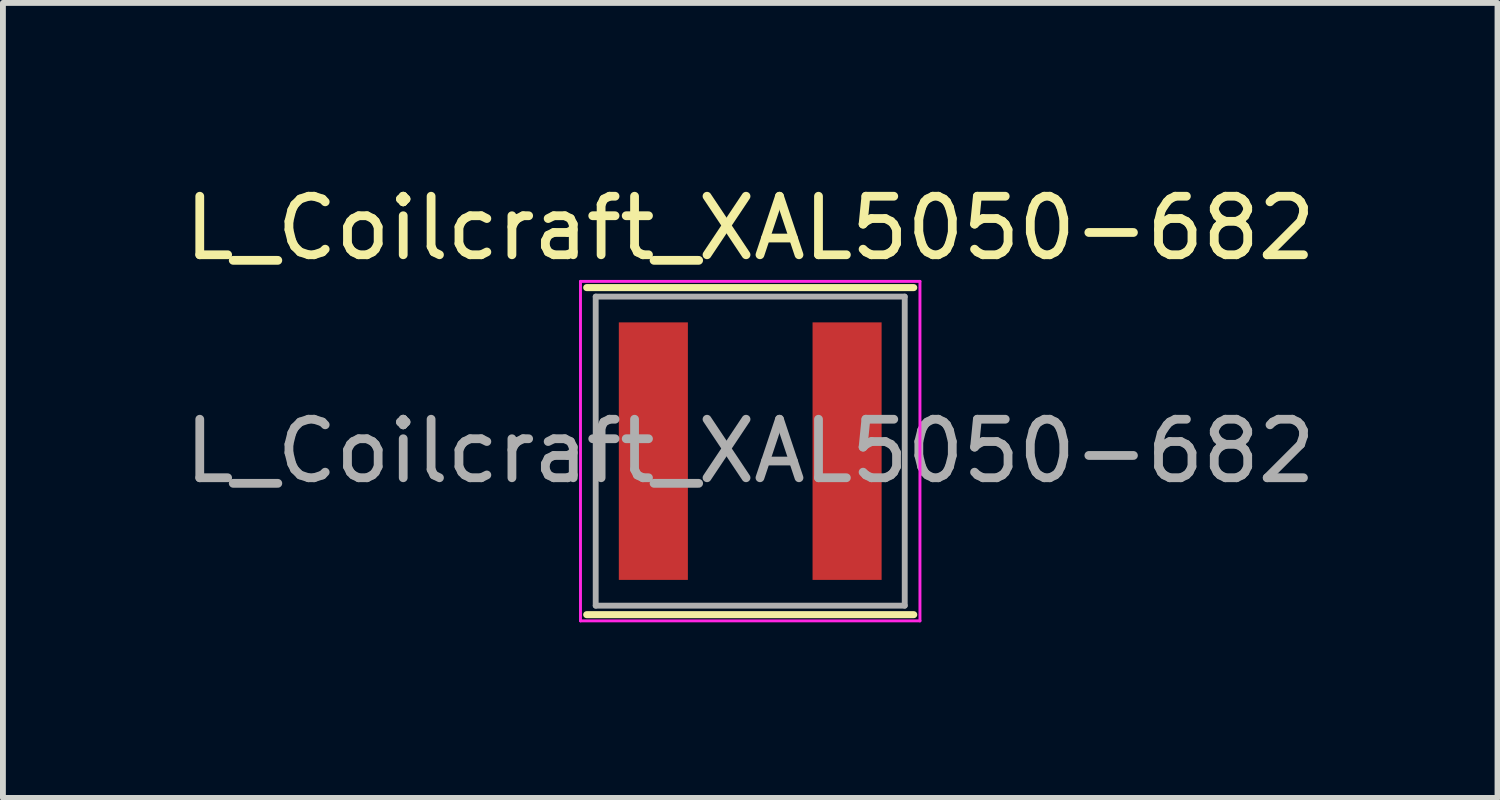
<source format=kicad_pcb>
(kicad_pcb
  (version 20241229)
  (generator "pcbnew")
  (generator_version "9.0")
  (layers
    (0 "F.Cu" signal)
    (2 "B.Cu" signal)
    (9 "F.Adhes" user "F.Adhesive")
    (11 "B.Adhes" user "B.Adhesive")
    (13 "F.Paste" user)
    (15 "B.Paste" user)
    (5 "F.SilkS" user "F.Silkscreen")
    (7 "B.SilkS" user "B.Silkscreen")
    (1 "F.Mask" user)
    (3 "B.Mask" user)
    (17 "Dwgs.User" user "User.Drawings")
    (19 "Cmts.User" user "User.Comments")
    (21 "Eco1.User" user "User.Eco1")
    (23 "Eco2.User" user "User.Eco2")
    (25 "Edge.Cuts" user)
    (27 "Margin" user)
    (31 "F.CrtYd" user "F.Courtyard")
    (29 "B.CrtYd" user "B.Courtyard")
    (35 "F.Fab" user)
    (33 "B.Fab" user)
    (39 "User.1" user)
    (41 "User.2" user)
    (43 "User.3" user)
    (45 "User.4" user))
  (footprint "L_Coilcraft_XAL5050-682"
    (layer "F.Cu")
    (at 9.768 4.658)
    (property "Reference" "L_Coilcraft_XAL5050-682" (at 0 -3.81 0) (layer "F.SilkS") (effects (font (size 1 1) (thickness 0.15))))
    (attr smd)
    (fp_line (start -2.794 -2.794) (end 2.794 -2.794) (stroke (width 0.12) (type solid)) (layer "F.SilkS"))
    (fp_line (start 2.794 2.794) (end -2.794 2.794) (stroke (width 0.12) (type solid)) (layer "F.SilkS"))
    (fp_line (start -2.9 -2.9) (end 2.9 -2.9) (stroke (width 0.05) (type solid)) (layer "F.CrtYd"))
    (fp_line (start -2.9 2.9) (end -2.9 -2.9) (stroke (width 0.05) (type solid)) (layer "F.CrtYd"))
    (fp_line (start 2.9 -2.9) (end 2.9 2.9) (stroke (width 0.05) (type solid)) (layer "F.CrtYd"))
    (fp_line (start 2.9 2.9) (end -2.9 2.9) (stroke (width 0.05) (type solid)) (layer "F.CrtYd"))
    (fp_line (start -2.64 -2.64) (end 2.64 -2.64) (stroke (width 0.1) (type solid)) (layer "F.Fab"))
    (fp_line (start -2.64 2.64) (end -2.64 -2.64) (stroke (width 0.1) (type solid)) (layer "F.Fab"))
    (fp_line (start 2.64 -2.64) (end 2.64 2.64) (stroke (width 0.1) (type solid)) (layer "F.Fab"))
    (fp_line (start 2.64 2.64) (end -2.64 2.64) (stroke (width 0.1) (type solid)) (layer "F.Fab"))
    (fp_text user "${REFERENCE}" (at 0 0 0) (layer "F.Fab") (effects (font (size 1 1) (thickness 0.15))))
    (pad "1" smd rect (at -1.655 0) (size 1.18 4.4) (layers "F.Cu" "F.Mask" "F.Paste"))
    (pad "2" smd rect (at 1.655 0) (size 1.18 4.4) (layers "F.Cu" "F.Mask" "F.Paste")))
  (gr_rect
    (start -3 -3)
    (end 22.536 10.583)
    (stroke (width 0.1) (type default))
    (fill no)
    (layer "Edge.Cuts")))
</source>
